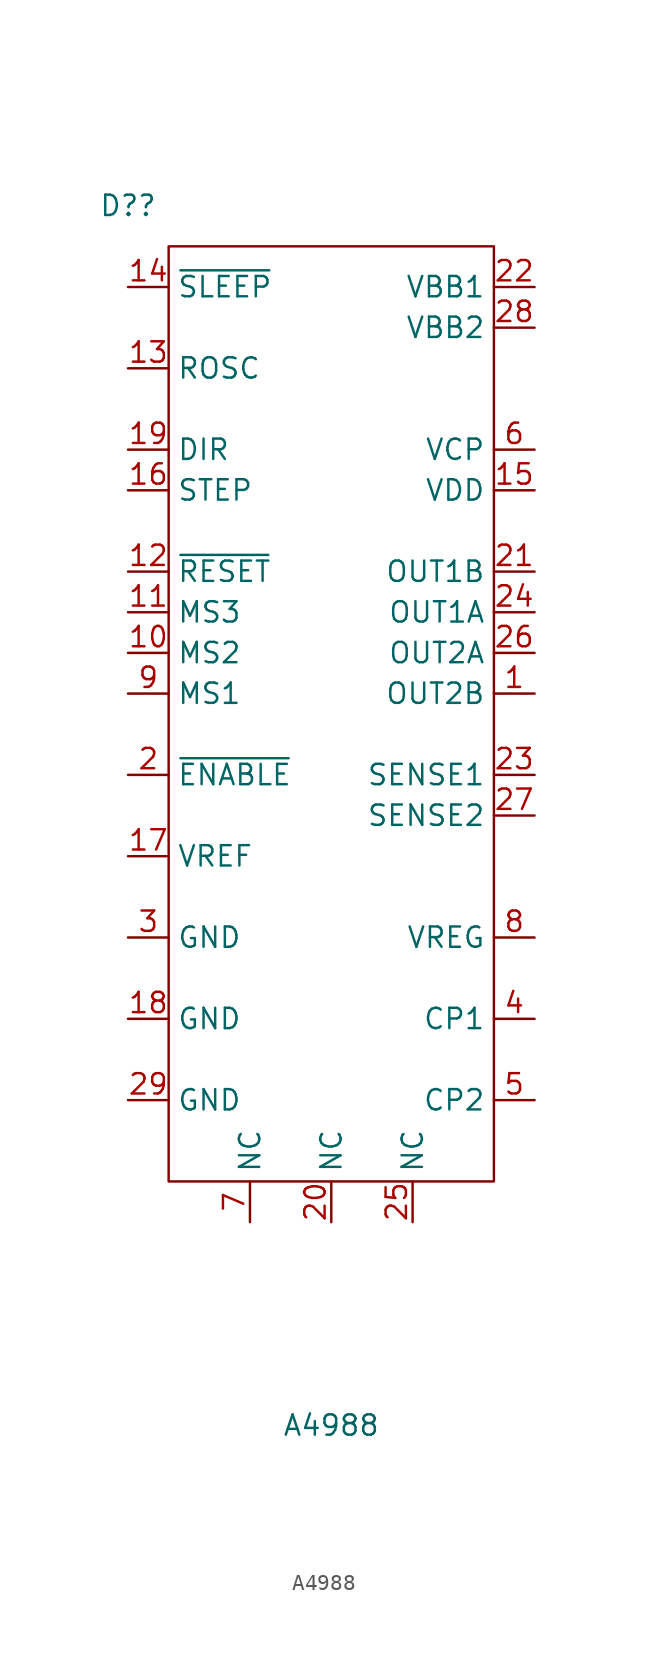
<source format=kicad_sym>
(kicad_symbol_lib
  (version 20220914)
  (generator kicad_symbol_editor)
  (symbol "A4988"
    (property "Reference" "D?"
      (at 0 5.08 0)
      (effects (font (size 1.27 1.27))))
    (property "Value" "A4988"
      (at 12.7 -71.12 0)
      (effects (font (size 1.27 1.27))))
    (symbol "A4988_1_1"
      (rectangle (start 2.54 2.54) (end 22.86 -55.88) (stroke (width 0) (type default)) (fill (type none)))
      (pin passive line (at 25.4 -25.4 180) (length 2.54) (name "OUT2B" (effects (font (size 1.27 1.27)))) (number "1" (effects (font (size 1.27 1.27)))))
      (pin passive line (at 0 -22.86 0) (length 2.54) (name "MS2" (effects (font (size 1.27 1.27)))) (number "10" (effects (font (size 1.27 1.27)))))
      (pin passive line (at 0 -20.32 0) (length 2.54) (name "MS3" (effects (font (size 1.27 1.27)))) (number "11" (effects (font (size 1.27 1.27)))))
      (pin passive line (at 0 -17.78 0) (length 2.54) (name "~{RESET}" (effects (font (size 1.27 1.27)))) (number "12" (effects (font (size 1.27 1.27)))))
      (pin passive line (at 0 -5.08 0) (length 2.54) (name "ROSC" (effects (font (size 1.27 1.27)))) (number "13" (effects (font (size 1.27 1.27)))))
      (pin passive line (at 0 0 0) (length 2.54) (name "~{SLEEP}" (effects (font (size 1.27 1.27)))) (number "14" (effects (font (size 1.27 1.27)))))
      (pin passive line (at 25.4 -12.7 180) (length 2.54) (name "VDD" (effects (font (size 1.27 1.27)))) (number "15" (effects (font (size 1.27 1.27)))))
      (pin passive line (at 0 -12.7 0) (length 2.54) (name "STEP" (effects (font (size 1.27 1.27)))) (number "16" (effects (font (size 1.27 1.27)))))
      (pin passive line (at 0 -35.56 0) (length 2.54) (name "VREF" (effects (font (size 1.27 1.27)))) (number "17" (effects (font (size 1.27 1.27)))))
      (pin passive line (at 0 -45.72 0) (length 2.54) (name "GND" (effects (font (size 1.27 1.27)))) (number "18" (effects (font (size 1.27 1.27)))))
      (pin passive line (at 0 -10.16 0) (length 2.54) (name "DIR" (effects (font (size 1.27 1.27)))) (number "19" (effects (font (size 1.27 1.27)))))
      (pin passive line (at 0 -30.48 0) (length 2.54) (name "~{ENABLE}" (effects (font (size 1.27 1.27)))) (number "2" (effects (font (size 1.27 1.27)))))
      (pin passive line (at 12.7 -58.42 90) (length 2.54) (name "NC" (effects (font (size 1.27 1.27)))) (number "20" (effects (font (size 1.27 1.27)))))
      (pin passive line (at 25.4 -17.78 180) (length 2.54) (name "OUT1B" (effects (font (size 1.27 1.27)))) (number "21" (effects (font (size 1.27 1.27)))))
      (pin passive line (at 25.4 0 180) (length 2.54) (name "VBB1" (effects (font (size 1.27 1.27)))) (number "22" (effects (font (size 1.27 1.27)))))
      (pin passive line (at 25.4 -30.48 180) (length 2.54) (name "SENSE1" (effects (font (size 1.27 1.27)))) (number "23" (effects (font (size 1.27 1.27)))))
      (pin passive line (at 25.4 -20.32 180) (length 2.54) (name "OUT1A" (effects (font (size 1.27 1.27)))) (number "24" (effects (font (size 1.27 1.27)))))
      (pin passive line (at 17.78 -58.42 90) (length 2.54) (name "NC" (effects (font (size 1.27 1.27)))) (number "25" (effects (font (size 1.27 1.27)))))
      (pin passive line (at 25.4 -22.86 180) (length 2.54) (name "OUT2A" (effects (font (size 1.27 1.27)))) (number "26" (effects (font (size 1.27 1.27)))))
      (pin passive line (at 25.4 -33.02 180) (length 2.54) (name "SENSE2" (effects (font (size 1.27 1.27)))) (number "27" (effects (font (size 1.27 1.27)))))
      (pin passive line (at 25.4 -2.54 180) (length 2.54) (name "VBB2" (effects (font (size 1.27 1.27)))) (number "28" (effects (font (size 1.27 1.27)))))
      (pin passive line (at 0 -50.8 0) (length 2.54) (name "GND" (effects (font (size 1.27 1.27)))) (number "29" (effects (font (size 1.27 1.27)))))
      (pin passive line (at 0 -40.64 0) (length 2.54) (name "GND" (effects (font (size 1.27 1.27)))) (number "3" (effects (font (size 1.27 1.27)))))
      (pin passive line (at 25.4 -45.72 180) (length 2.54) (name "CP1" (effects (font (size 1.27 1.27)))) (number "4" (effects (font (size 1.27 1.27)))))
      (pin passive line (at 25.4 -50.8 180) (length 2.54) (name "CP2" (effects (font (size 1.27 1.27)))) (number "5" (effects (font (size 1.27 1.27)))))
      (pin passive line (at 25.4 -10.16 180) (length 2.54) (name "VCP" (effects (font (size 1.27 1.27)))) (number "6" (effects (font (size 1.27 1.27)))))
      (pin passive line (at 7.62 -58.42 90) (length 2.54) (name "NC" (effects (font (size 1.27 1.27)))) (number "7" (effects (font (size 1.27 1.27)))))
      (pin passive line (at 25.4 -40.64 180) (length 2.54) (name "VREG" (effects (font (size 1.27 1.27)))) (number "8" (effects (font (size 1.27 1.27)))))
      (pin passive line (at 0 -25.4 0) (length 2.54) (name "MS1" (effects (font (size 1.27 1.27)))) (number "9" (effects (font (size 1.27 1.27))))))))
</source>
